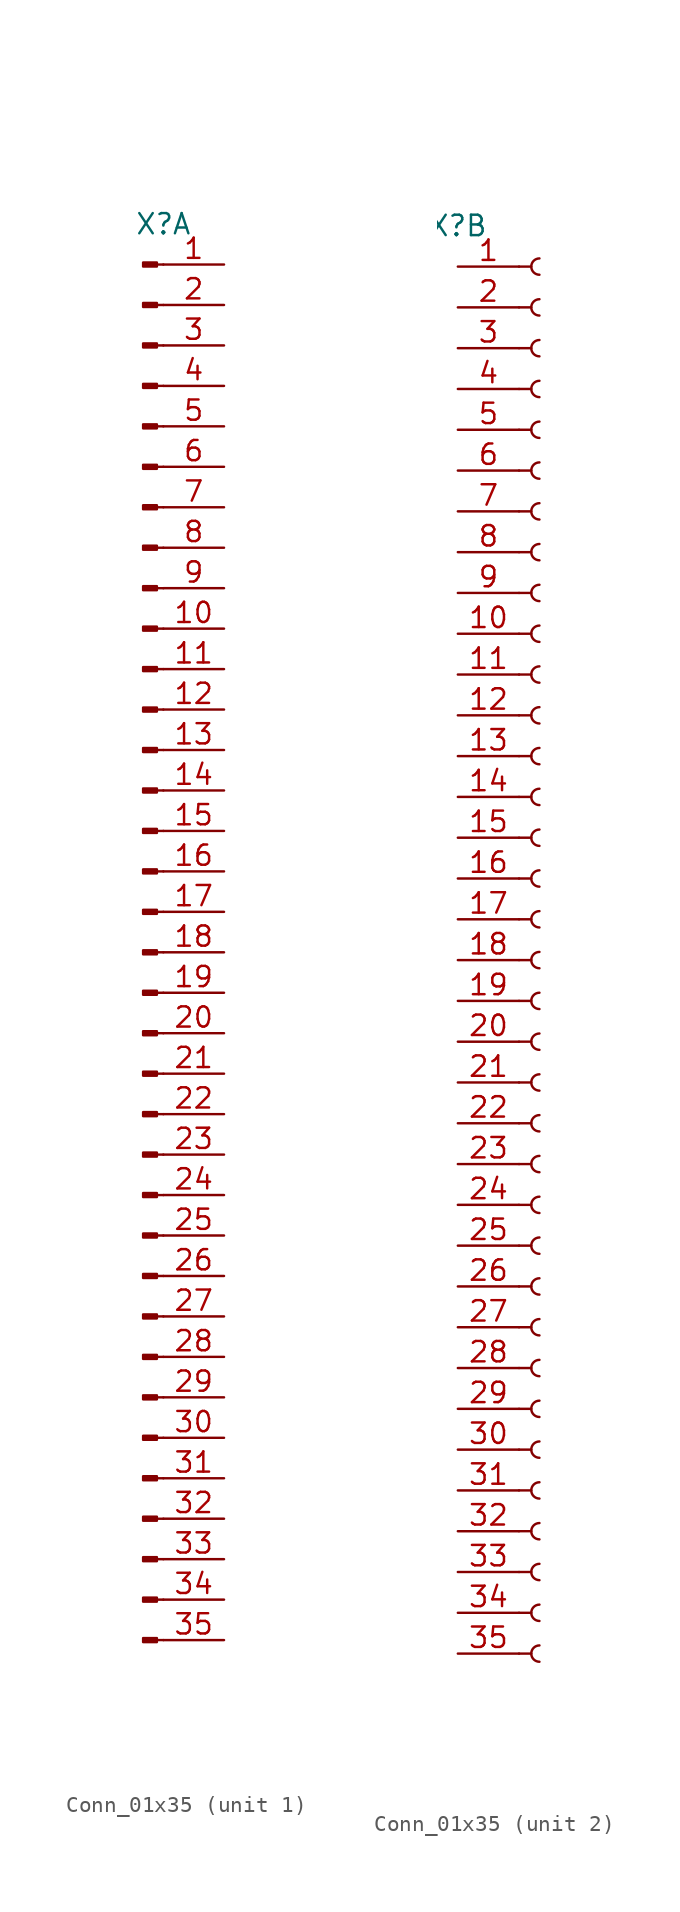
<source format=kicad_sym>
(kicad_symbol_lib
  (version 20241209)
  (generator "kicad_symbol_editor")
  (generator_version "9.0")
  (symbol "Conn_01x35"
    (pin_names
      (offset 1.016)
      (hide yes))
    (property "Reference" "X"
      (at 0 45.72 0)
      (effects (font (size 1.27 1.27))))
    (property "ki_locked" ""
      (at 0 0 0)
      (effects (font (size 1.27 1.27))))
    (symbol "Conn_01x35_1_1"
      (rectangle (start -0.406 43.307) (end -1.27 43.053) (stroke (width 0.152) (type default)) (fill (type outline)))
      (rectangle (start -0.406 40.767) (end -1.27 40.513) (stroke (width 0.152) (type default)) (fill (type outline)))
      (rectangle (start -0.406 38.227) (end -1.27 37.973) (stroke (width 0.152) (type default)) (fill (type outline)))
      (rectangle (start -0.406 35.687) (end -1.27 35.433) (stroke (width 0.152) (type default)) (fill (type outline)))
      (rectangle (start -0.406 33.147) (end -1.27 32.893) (stroke (width 0.152) (type default)) (fill (type outline)))
      (rectangle (start -0.406 30.607) (end -1.27 30.353) (stroke (width 0.152) (type default)) (fill (type outline)))
      (rectangle (start -0.406 28.067) (end -1.27 27.813) (stroke (width 0.152) (type default)) (fill (type outline)))
      (rectangle (start -0.406 25.527) (end -1.27 25.273) (stroke (width 0.152) (type default)) (fill (type outline)))
      (rectangle (start -0.406 22.987) (end -1.27 22.733) (stroke (width 0.152) (type default)) (fill (type outline)))
      (rectangle (start -0.406 20.447) (end -1.27 20.193) (stroke (width 0.152) (type default)) (fill (type outline)))
      (rectangle (start -0.406 17.907) (end -1.27 17.653) (stroke (width 0.152) (type default)) (fill (type outline)))
      (rectangle (start -0.406 15.367) (end -1.27 15.113) (stroke (width 0.152) (type default)) (fill (type outline)))
      (rectangle (start -0.406 12.827) (end -1.27 12.573) (stroke (width 0.152) (type default)) (fill (type outline)))
      (rectangle (start -0.406 10.287) (end -1.27 10.033) (stroke (width 0.152) (type default)) (fill (type outline)))
      (rectangle (start -0.406 7.747) (end -1.27 7.493) (stroke (width 0.152) (type default)) (fill (type outline)))
      (rectangle (start -0.406 5.207) (end -1.27 4.953) (stroke (width 0.152) (type default)) (fill (type outline)))
      (rectangle (start -0.406 2.667) (end -1.27 2.413) (stroke (width 0.152) (type default)) (fill (type outline)))
      (rectangle (start -0.406 0.127) (end -1.27 -0.127) (stroke (width 0.152) (type default)) (fill (type outline)))
      (rectangle (start -0.406 -2.413) (end -1.27 -2.667) (stroke (width 0.152) (type default)) (fill (type outline)))
      (rectangle (start -0.406 -4.953) (end -1.27 -5.207) (stroke (width 0.152) (type default)) (fill (type outline)))
      (rectangle (start -0.406 -7.493) (end -1.27 -7.747) (stroke (width 0.152) (type default)) (fill (type outline)))
      (rectangle (start -0.406 -10.033) (end -1.27 -10.287) (stroke (width 0.152) (type default)) (fill (type outline)))
      (rectangle (start -0.406 -12.573) (end -1.27 -12.827) (stroke (width 0.152) (type default)) (fill (type outline)))
      (rectangle (start -0.406 -15.113) (end -1.27 -15.367) (stroke (width 0.152) (type default)) (fill (type outline)))
      (rectangle (start -0.406 -17.653) (end -1.27 -17.907) (stroke (width 0.152) (type default)) (fill (type outline)))
      (rectangle (start -0.406 -20.193) (end -1.27 -20.447) (stroke (width 0.152) (type default)) (fill (type outline)))
      (rectangle (start -0.406 -22.733) (end -1.27 -22.987) (stroke (width 0.152) (type default)) (fill (type outline)))
      (rectangle (start -0.406 -25.273) (end -1.27 -25.527) (stroke (width 0.152) (type default)) (fill (type outline)))
      (rectangle (start -0.406 -27.813) (end -1.27 -28.067) (stroke (width 0.152) (type default)) (fill (type outline)))
      (rectangle (start -0.406 -30.353) (end -1.27 -30.607) (stroke (width 0.152) (type default)) (fill (type outline)))
      (rectangle (start -0.406 -32.893) (end -1.27 -33.147) (stroke (width 0.152) (type default)) (fill (type outline)))
      (rectangle (start -0.406 -35.433) (end -1.27 -35.687) (stroke (width 0.152) (type default)) (fill (type outline)))
      (rectangle (start -0.406 -37.973) (end -1.27 -38.227) (stroke (width 0.152) (type default)) (fill (type outline)))
      (rectangle (start -0.406 -40.513) (end -1.27 -40.767) (stroke (width 0.152) (type default)) (fill (type outline)))
      (rectangle (start -0.406 -43.053) (end -1.27 -43.307) (stroke (width 0.152) (type default)) (fill (type outline)))
      (polyline (pts (xy 0 43.18) (xy -0.406 43.18)) (stroke (width 0.152) (type default)) (fill (type none)))
      (polyline (pts (xy 0 40.64) (xy -0.406 40.64)) (stroke (width 0.152) (type default)) (fill (type none)))
      (polyline (pts (xy 0 38.1) (xy -0.406 38.1)) (stroke (width 0.152) (type default)) (fill (type none)))
      (polyline (pts (xy 0 35.56) (xy -0.406 35.56)) (stroke (width 0.152) (type default)) (fill (type none)))
      (polyline (pts (xy 0 33.02) (xy -0.406 33.02)) (stroke (width 0.152) (type default)) (fill (type none)))
      (polyline (pts (xy 0 30.48) (xy -0.406 30.48)) (stroke (width 0.152) (type default)) (fill (type none)))
      (polyline (pts (xy 0 27.94) (xy -0.406 27.94)) (stroke (width 0.152) (type default)) (fill (type none)))
      (polyline (pts (xy 0 25.4) (xy -0.406 25.4)) (stroke (width 0.152) (type default)) (fill (type none)))
      (polyline (pts (xy 0 22.86) (xy -0.406 22.86)) (stroke (width 0.152) (type default)) (fill (type none)))
      (polyline (pts (xy 0 20.32) (xy -0.406 20.32)) (stroke (width 0.152) (type default)) (fill (type none)))
      (polyline (pts (xy 0 17.78) (xy -0.406 17.78)) (stroke (width 0.152) (type default)) (fill (type none)))
      (polyline (pts (xy 0 15.24) (xy -0.406 15.24)) (stroke (width 0.152) (type default)) (fill (type none)))
      (polyline (pts (xy 0 12.7) (xy -0.406 12.7)) (stroke (width 0.152) (type default)) (fill (type none)))
      (polyline (pts (xy 0 10.16) (xy -0.406 10.16)) (stroke (width 0.152) (type default)) (fill (type none)))
      (polyline (pts (xy 0 7.62) (xy -0.406 7.62)) (stroke (width 0.152) (type default)) (fill (type none)))
      (polyline (pts (xy 0 5.08) (xy -0.406 5.08)) (stroke (width 0.152) (type default)) (fill (type none)))
      (polyline (pts (xy 0 2.54) (xy -0.406 2.54)) (stroke (width 0.152) (type default)) (fill (type none)))
      (polyline (pts (xy 0 0) (xy -0.406 0)) (stroke (width 0.152) (type default)) (fill (type none)))
      (polyline (pts (xy 0 -2.54) (xy -0.406 -2.54)) (stroke (width 0.152) (type default)) (fill (type none)))
      (polyline (pts (xy 0 -5.08) (xy -0.406 -5.08)) (stroke (width 0.152) (type default)) (fill (type none)))
      (polyline (pts (xy 0 -7.62) (xy -0.406 -7.62)) (stroke (width 0.152) (type default)) (fill (type none)))
      (polyline (pts (xy 0 -10.16) (xy -0.406 -10.16)) (stroke (width 0.152) (type default)) (fill (type none)))
      (polyline (pts (xy 0 -12.7) (xy -0.406 -12.7)) (stroke (width 0.152) (type default)) (fill (type none)))
      (polyline (pts (xy 0 -15.24) (xy -0.406 -15.24)) (stroke (width 0.152) (type default)) (fill (type none)))
      (polyline (pts (xy 0 -17.78) (xy -0.406 -17.78)) (stroke (width 0.152) (type default)) (fill (type none)))
      (polyline (pts (xy 0 -20.32) (xy -0.406 -20.32)) (stroke (width 0.152) (type default)) (fill (type none)))
      (polyline (pts (xy 0 -22.86) (xy -0.406 -22.86)) (stroke (width 0.152) (type default)) (fill (type none)))
      (polyline (pts (xy 0 -25.4) (xy -0.406 -25.4)) (stroke (width 0.152) (type default)) (fill (type none)))
      (polyline (pts (xy 0 -27.94) (xy -0.406 -27.94)) (stroke (width 0.152) (type default)) (fill (type none)))
      (polyline (pts (xy 0 -30.48) (xy -0.406 -30.48)) (stroke (width 0.152) (type default)) (fill (type none)))
      (polyline (pts (xy 0 -33.02) (xy -0.406 -33.02)) (stroke (width 0.152) (type default)) (fill (type none)))
      (polyline (pts (xy 0 -35.56) (xy -0.406 -35.56)) (stroke (width 0.152) (type default)) (fill (type none)))
      (polyline (pts (xy 0 -38.1) (xy -0.406 -38.1)) (stroke (width 0.152) (type default)) (fill (type none)))
      (polyline (pts (xy 0 -40.64) (xy -0.406 -40.64)) (stroke (width 0.152) (type default)) (fill (type none)))
      (polyline (pts (xy 0 -43.18) (xy -0.406 -43.18)) (stroke (width 0.152) (type default)) (fill (type none)))
      (pin passive line (at 3.81 43.18 180) (length 3.81) (name "Pin_1" (effects (font (size 1.27 1.27)))) (number "1" (effects (font (size 1.27 1.27)))))
      (pin passive line (at 3.81 40.64 180) (length 3.81) (name "Pin_2" (effects (font (size 1.27 1.27)))) (number "2" (effects (font (size 1.27 1.27)))))
      (pin passive line (at 3.81 38.1 180) (length 3.81) (name "Pin_3" (effects (font (size 1.27 1.27)))) (number "3" (effects (font (size 1.27 1.27)))))
      (pin passive line (at 3.81 35.56 180) (length 3.81) (name "Pin_4" (effects (font (size 1.27 1.27)))) (number "4" (effects (font (size 1.27 1.27)))))
      (pin passive line (at 3.81 33.02 180) (length 3.81) (name "Pin_5" (effects (font (size 1.27 1.27)))) (number "5" (effects (font (size 1.27 1.27)))))
      (pin passive line (at 3.81 30.48 180) (length 3.81) (name "Pin_6" (effects (font (size 1.27 1.27)))) (number "6" (effects (font (size 1.27 1.27)))))
      (pin passive line (at 3.81 27.94 180) (length 3.81) (name "Pin_7" (effects (font (size 1.27 1.27)))) (number "7" (effects (font (size 1.27 1.27)))))
      (pin passive line (at 3.81 25.4 180) (length 3.81) (name "Pin_8" (effects (font (size 1.27 1.27)))) (number "8" (effects (font (size 1.27 1.27)))))
      (pin passive line (at 3.81 22.86 180) (length 3.81) (name "Pin_9" (effects (font (size 1.27 1.27)))) (number "9" (effects (font (size 1.27 1.27)))))
      (pin passive line (at 3.81 20.32 180) (length 3.81) (name "Pin_10" (effects (font (size 1.27 1.27)))) (number "10" (effects (font (size 1.27 1.27)))))
      (pin passive line (at 3.81 17.78 180) (length 3.81) (name "Pin_11" (effects (font (size 1.27 1.27)))) (number "11" (effects (font (size 1.27 1.27)))))
      (pin passive line (at 3.81 15.24 180) (length 3.81) (name "Pin_12" (effects (font (size 1.27 1.27)))) (number "12" (effects (font (size 1.27 1.27)))))
      (pin passive line (at 3.81 12.7 180) (length 3.81) (name "Pin_13" (effects (font (size 1.27 1.27)))) (number "13" (effects (font (size 1.27 1.27)))))
      (pin passive line (at 3.81 10.16 180) (length 3.81) (name "Pin_14" (effects (font (size 1.27 1.27)))) (number "14" (effects (font (size 1.27 1.27)))))
      (pin passive line (at 3.81 7.62 180) (length 3.81) (name "Pin_15" (effects (font (size 1.27 1.27)))) (number "15" (effects (font (size 1.27 1.27)))))
      (pin passive line (at 3.81 5.08 180) (length 3.81) (name "Pin_16" (effects (font (size 1.27 1.27)))) (number "16" (effects (font (size 1.27 1.27)))))
      (pin passive line (at 3.81 2.54 180) (length 3.81) (name "Pin_17" (effects (font (size 1.27 1.27)))) (number "17" (effects (font (size 1.27 1.27)))))
      (pin passive line (at 3.81 0 180) (length 3.81) (name "Pin_18" (effects (font (size 1.27 1.27)))) (number "18" (effects (font (size 1.27 1.27)))))
      (pin passive line (at 3.81 -2.54 180) (length 3.81) (name "Pin_19" (effects (font (size 1.27 1.27)))) (number "19" (effects (font (size 1.27 1.27)))))
      (pin passive line (at 3.81 -5.08 180) (length 3.81) (name "Pin_20" (effects (font (size 1.27 1.27)))) (number "20" (effects (font (size 1.27 1.27)))))
      (pin passive line (at 3.81 -7.62 180) (length 3.81) (name "Pin_21" (effects (font (size 1.27 1.27)))) (number "21" (effects (font (size 1.27 1.27)))))
      (pin passive line (at 3.81 -10.16 180) (length 3.81) (name "Pin_22" (effects (font (size 1.27 1.27)))) (number "22" (effects (font (size 1.27 1.27)))))
      (pin passive line (at 3.81 -12.7 180) (length 3.81) (name "Pin_23" (effects (font (size 1.27 1.27)))) (number "23" (effects (font (size 1.27 1.27)))))
      (pin passive line (at 3.81 -15.24 180) (length 3.81) (name "Pin_24" (effects (font (size 1.27 1.27)))) (number "24" (effects (font (size 1.27 1.27)))))
      (pin passive line (at 3.81 -17.78 180) (length 3.81) (name "Pin_25" (effects (font (size 1.27 1.27)))) (number "25" (effects (font (size 1.27 1.27)))))
      (pin passive line (at 3.81 -20.32 180) (length 3.81) (name "Pin_26" (effects (font (size 1.27 1.27)))) (number "26" (effects (font (size 1.27 1.27)))))
      (pin passive line (at 3.81 -22.86 180) (length 3.81) (name "Pin_27" (effects (font (size 1.27 1.27)))) (number "27" (effects (font (size 1.27 1.27)))))
      (pin passive line (at 3.81 -25.4 180) (length 3.81) (name "Pin_28" (effects (font (size 1.27 1.27)))) (number "28" (effects (font (size 1.27 1.27)))))
      (pin passive line (at 3.81 -27.94 180) (length 3.81) (name "Pin_29" (effects (font (size 1.27 1.27)))) (number "29" (effects (font (size 1.27 1.27)))))
      (pin passive line (at 3.81 -30.48 180) (length 3.81) (name "Pin_30" (effects (font (size 1.27 1.27)))) (number "30" (effects (font (size 1.27 1.27)))))
      (pin passive line (at 3.81 -33.02 180) (length 3.81) (name "Pin_31" (effects (font (size 1.27 1.27)))) (number "31" (effects (font (size 1.27 1.27)))))
      (pin passive line (at 3.81 -35.56 180) (length 3.81) (name "Pin_32" (effects (font (size 1.27 1.27)))) (number "32" (effects (font (size 1.27 1.27)))))
      (pin passive line (at 3.81 -38.1 180) (length 3.81) (name "Pin_33" (effects (font (size 1.27 1.27)))) (number "33" (effects (font (size 1.27 1.27)))))
      (pin passive line (at 3.81 -40.64 180) (length 3.81) (name "Pin_34" (effects (font (size 1.27 1.27)))) (number "34" (effects (font (size 1.27 1.27)))))
      (pin passive line (at 3.81 -43.18 180) (length 3.81) (name "Pin_35" (effects (font (size 1.27 1.27)))) (number "35" (effects (font (size 1.27 1.27))))))
    (symbol "Conn_01x35_2_1"
      (polyline (pts (xy 3.81 43.18) (xy 4.572 43.18)) (stroke (width 0.152) (type default)) (fill (type none)))
      (polyline (pts (xy 3.81 40.64) (xy 4.572 40.64)) (stroke (width 0.152) (type default)) (fill (type none)))
      (polyline (pts (xy 3.81 38.1) (xy 4.572 38.1)) (stroke (width 0.152) (type default)) (fill (type none)))
      (polyline (pts (xy 3.81 35.56) (xy 4.572 35.56)) (stroke (width 0.152) (type default)) (fill (type none)))
      (polyline (pts (xy 3.81 33.02) (xy 4.572 33.02)) (stroke (width 0.152) (type default)) (fill (type none)))
      (polyline (pts (xy 3.81 30.48) (xy 4.572 30.48)) (stroke (width 0.152) (type default)) (fill (type none)))
      (polyline (pts (xy 3.81 27.94) (xy 4.572 27.94)) (stroke (width 0.152) (type default)) (fill (type none)))
      (polyline (pts (xy 3.81 25.4) (xy 4.572 25.4)) (stroke (width 0.152) (type default)) (fill (type none)))
      (polyline (pts (xy 3.81 22.86) (xy 4.572 22.86)) (stroke (width 0.152) (type default)) (fill (type none)))
      (polyline (pts (xy 3.81 20.32) (xy 4.572 20.32)) (stroke (width 0.152) (type default)) (fill (type none)))
      (polyline (pts (xy 3.81 17.78) (xy 4.572 17.78)) (stroke (width 0.152) (type default)) (fill (type none)))
      (polyline (pts (xy 3.81 15.24) (xy 4.572 15.24)) (stroke (width 0.152) (type default)) (fill (type none)))
      (polyline (pts (xy 3.81 12.7) (xy 4.572 12.7)) (stroke (width 0.152) (type default)) (fill (type none)))
      (polyline (pts (xy 3.81 10.16) (xy 4.572 10.16)) (stroke (width 0.152) (type default)) (fill (type none)))
      (polyline (pts (xy 3.81 7.62) (xy 4.572 7.62)) (stroke (width 0.152) (type default)) (fill (type none)))
      (polyline (pts (xy 3.81 5.08) (xy 4.572 5.08)) (stroke (width 0.152) (type default)) (fill (type none)))
      (polyline (pts (xy 3.81 2.54) (xy 4.572 2.54)) (stroke (width 0.152) (type default)) (fill (type none)))
      (polyline (pts (xy 3.81 0) (xy 4.572 0)) (stroke (width 0.152) (type default)) (fill (type none)))
      (polyline (pts (xy 3.81 -2.54) (xy 4.572 -2.54)) (stroke (width 0.152) (type default)) (fill (type none)))
      (polyline (pts (xy 3.81 -5.08) (xy 4.572 -5.08)) (stroke (width 0.152) (type default)) (fill (type none)))
      (polyline (pts (xy 3.81 -7.62) (xy 4.572 -7.62)) (stroke (width 0.152) (type default)) (fill (type none)))
      (polyline (pts (xy 3.81 -10.16) (xy 4.572 -10.16)) (stroke (width 0.152) (type default)) (fill (type none)))
      (polyline (pts (xy 3.81 -12.7) (xy 4.572 -12.7)) (stroke (width 0.152) (type default)) (fill (type none)))
      (polyline (pts (xy 3.81 -15.24) (xy 4.572 -15.24)) (stroke (width 0.152) (type default)) (fill (type none)))
      (polyline (pts (xy 3.81 -17.78) (xy 4.572 -17.78)) (stroke (width 0.152) (type default)) (fill (type none)))
      (polyline (pts (xy 3.81 -20.32) (xy 4.572 -20.32)) (stroke (width 0.152) (type default)) (fill (type none)))
      (polyline (pts (xy 3.81 -22.86) (xy 4.572 -22.86)) (stroke (width 0.152) (type default)) (fill (type none)))
      (polyline (pts (xy 3.81 -25.4) (xy 4.572 -25.4)) (stroke (width 0.152) (type default)) (fill (type none)))
      (polyline (pts (xy 3.81 -27.94) (xy 4.572 -27.94)) (stroke (width 0.152) (type default)) (fill (type none)))
      (polyline (pts (xy 3.81 -30.48) (xy 4.572 -30.48)) (stroke (width 0.152) (type default)) (fill (type none)))
      (polyline (pts (xy 3.81 -33.02) (xy 4.572 -33.02)) (stroke (width 0.152) (type default)) (fill (type none)))
      (polyline (pts (xy 3.81 -35.56) (xy 4.572 -35.56)) (stroke (width 0.152) (type default)) (fill (type none)))
      (polyline (pts (xy 3.81 -38.1) (xy 4.572 -38.1)) (stroke (width 0.152) (type default)) (fill (type none)))
      (polyline (pts (xy 3.81 -40.64) (xy 4.572 -40.64)) (stroke (width 0.152) (type default)) (fill (type none)))
      (polyline (pts (xy 3.81 -43.18) (xy 4.572 -43.18)) (stroke (width 0.152) (type default)) (fill (type none)))
      (arc (start 5.08 42.672) (mid 4.5742 43.18) (end 5.08 43.688) (stroke (width 0.1524) (type default)) (fill (type none)))
      (arc (start 5.08 40.132) (mid 4.5742 40.64) (end 5.08 41.148) (stroke (width 0.1524) (type default)) (fill (type none)))
      (arc (start 5.08 37.592) (mid 4.5742 38.1) (end 5.08 38.608) (stroke (width 0.1524) (type default)) (fill (type none)))
      (arc (start 5.08 35.052) (mid 4.5742 35.56) (end 5.08 36.068) (stroke (width 0.1524) (type default)) (fill (type none)))
      (arc (start 5.08 32.512) (mid 4.5742 33.02) (end 5.08 33.528) (stroke (width 0.1524) (type default)) (fill (type none)))
      (arc (start 5.08 29.972) (mid 4.5742 30.48) (end 5.08 30.988) (stroke (width 0.1524) (type default)) (fill (type none)))
      (arc (start 5.08 27.432) (mid 4.5742 27.94) (end 5.08 28.448) (stroke (width 0.1524) (type default)) (fill (type none)))
      (arc (start 5.08 24.892) (mid 4.5742 25.4) (end 5.08 25.908) (stroke (width 0.1524) (type default)) (fill (type none)))
      (arc (start 5.08 22.352) (mid 4.5742 22.86) (end 5.08 23.368) (stroke (width 0.1524) (type default)) (fill (type none)))
      (arc (start 5.08 19.812) (mid 4.5742 20.32) (end 5.08 20.828) (stroke (width 0.1524) (type default)) (fill (type none)))
      (arc (start 5.08 17.272) (mid 4.5742 17.78) (end 5.08 18.288) (stroke (width 0.1524) (type default)) (fill (type none)))
      (arc (start 5.08 14.732) (mid 4.5742 15.24) (end 5.08 15.748) (stroke (width 0.1524) (type default)) (fill (type none)))
      (arc (start 5.08 12.192) (mid 4.5742 12.7) (end 5.08 13.208) (stroke (width 0.1524) (type default)) (fill (type none)))
      (arc (start 5.08 9.652) (mid 4.5742 10.16) (end 5.08 10.668) (stroke (width 0.1524) (type default)) (fill (type none)))
      (arc (start 5.08 7.112) (mid 4.5742 7.62) (end 5.08 8.128) (stroke (width 0.1524) (type default)) (fill (type none)))
      (arc (start 5.08 4.572) (mid 4.5742 5.08) (end 5.08 5.588) (stroke (width 0.1524) (type default)) (fill (type none)))
      (arc (start 5.08 2.032) (mid 4.5742 2.54) (end 5.08 3.048) (stroke (width 0.1524) (type default)) (fill (type none)))
      (arc (start 5.08 -0.508) (mid 4.5742 0) (end 5.08 0.508) (stroke (width 0.1524) (type default)) (fill (type none)))
      (arc (start 5.08 -3.048) (mid 4.5742 -2.54) (end 5.08 -2.032) (stroke (width 0.1524) (type default)) (fill (type none)))
      (arc (start 5.08 -5.588) (mid 4.5742 -5.08) (end 5.08 -4.572) (stroke (width 0.1524) (type default)) (fill (type none)))
      (arc (start 5.08 -8.128) (mid 4.5742 -7.62) (end 5.08 -7.112) (stroke (width 0.1524) (type default)) (fill (type none)))
      (arc (start 5.08 -10.668) (mid 4.5742 -10.16) (end 5.08 -9.652) (stroke (width 0.1524) (type default)) (fill (type none)))
      (arc (start 5.08 -13.208) (mid 4.5742 -12.7) (end 5.08 -12.192) (stroke (width 0.1524) (type default)) (fill (type none)))
      (arc (start 5.08 -15.748) (mid 4.5742 -15.24) (end 5.08 -14.732) (stroke (width 0.1524) (type default)) (fill (type none)))
      (arc (start 5.08 -18.288) (mid 4.5742 -17.78) (end 5.08 -17.272) (stroke (width 0.1524) (type default)) (fill (type none)))
      (arc (start 5.08 -20.828) (mid 4.5742 -20.32) (end 5.08 -19.812) (stroke (width 0.1524) (type default)) (fill (type none)))
      (arc (start 5.08 -23.368) (mid 4.5742 -22.86) (end 5.08 -22.352) (stroke (width 0.1524) (type default)) (fill (type none)))
      (arc (start 5.08 -25.908) (mid 4.5742 -25.4) (end 5.08 -24.892) (stroke (width 0.1524) (type default)) (fill (type none)))
      (arc (start 5.08 -28.448) (mid 4.5742 -27.94) (end 5.08 -27.432) (stroke (width 0.1524) (type default)) (fill (type none)))
      (arc (start 5.08 -30.988) (mid 4.5742 -30.48) (end 5.08 -29.972) (stroke (width 0.1524) (type default)) (fill (type none)))
      (arc (start 5.08 -33.528) (mid 4.5742 -33.02) (end 5.08 -32.512) (stroke (width 0.1524) (type default)) (fill (type none)))
      (arc (start 5.08 -36.068) (mid 4.5742 -35.56) (end 5.08 -35.052) (stroke (width 0.1524) (type default)) (fill (type none)))
      (arc (start 5.08 -38.608) (mid 4.5742 -38.1) (end 5.08 -37.592) (stroke (width 0.1524) (type default)) (fill (type none)))
      (arc (start 5.08 -41.148) (mid 4.5742 -40.64) (end 5.08 -40.132) (stroke (width 0.1524) (type default)) (fill (type none)))
      (arc (start 5.08 -43.688) (mid 4.5742 -43.18) (end 5.08 -42.672) (stroke (width 0.1524) (type default)) (fill (type none)))
      (pin passive line (at 0 43.18 0) (length 3.81) (name "Pin_1" (effects (font (size 1.27 1.27)))) (number "1" (effects (font (size 1.27 1.27)))))
      (pin passive line (at 0 40.64 0) (length 3.81) (name "Pin_2" (effects (font (size 1.27 1.27)))) (number "2" (effects (font (size 1.27 1.27)))))
      (pin passive line (at 0 38.1 0) (length 3.81) (name "Pin_3" (effects (font (size 1.27 1.27)))) (number "3" (effects (font (size 1.27 1.27)))))
      (pin passive line (at 0 35.56 0) (length 3.81) (name "Pin_4" (effects (font (size 1.27 1.27)))) (number "4" (effects (font (size 1.27 1.27)))))
      (pin passive line (at 0 33.02 0) (length 3.81) (name "Pin_5" (effects (font (size 1.27 1.27)))) (number "5" (effects (font (size 1.27 1.27)))))
      (pin passive line (at 0 30.48 0) (length 3.81) (name "Pin_6" (effects (font (size 1.27 1.27)))) (number "6" (effects (font (size 1.27 1.27)))))
      (pin passive line (at 0 27.94 0) (length 3.81) (name "Pin_7" (effects (font (size 1.27 1.27)))) (number "7" (effects (font (size 1.27 1.27)))))
      (pin passive line (at 0 25.4 0) (length 3.81) (name "Pin_8" (effects (font (size 1.27 1.27)))) (number "8" (effects (font (size 1.27 1.27)))))
      (pin passive line (at 0 22.86 0) (length 3.81) (name "Pin_9" (effects (font (size 1.27 1.27)))) (number "9" (effects (font (size 1.27 1.27)))))
      (pin passive line (at 0 20.32 0) (length 3.81) (name "Pin_10" (effects (font (size 1.27 1.27)))) (number "10" (effects (font (size 1.27 1.27)))))
      (pin passive line (at 0 17.78 0) (length 3.81) (name "Pin_11" (effects (font (size 1.27 1.27)))) (number "11" (effects (font (size 1.27 1.27)))))
      (pin passive line (at 0 15.24 0) (length 3.81) (name "Pin_12" (effects (font (size 1.27 1.27)))) (number "12" (effects (font (size 1.27 1.27)))))
      (pin passive line (at 0 12.7 0) (length 3.81) (name "Pin_13" (effects (font (size 1.27 1.27)))) (number "13" (effects (font (size 1.27 1.27)))))
      (pin passive line (at 0 10.16 0) (length 3.81) (name "Pin_14" (effects (font (size 1.27 1.27)))) (number "14" (effects (font (size 1.27 1.27)))))
      (pin passive line (at 0 7.62 0) (length 3.81) (name "Pin_15" (effects (font (size 1.27 1.27)))) (number "15" (effects (font (size 1.27 1.27)))))
      (pin passive line (at 0 5.08 0) (length 3.81) (name "Pin_16" (effects (font (size 1.27 1.27)))) (number "16" (effects (font (size 1.27 1.27)))))
      (pin passive line (at 0 2.54 0) (length 3.81) (name "Pin_17" (effects (font (size 1.27 1.27)))) (number "17" (effects (font (size 1.27 1.27)))))
      (pin passive line (at 0 0 0) (length 3.81) (name "Pin_18" (effects (font (size 1.27 1.27)))) (number "18" (effects (font (size 1.27 1.27)))))
      (pin passive line (at 0 -2.54 0) (length 3.81) (name "Pin_19" (effects (font (size 1.27 1.27)))) (number "19" (effects (font (size 1.27 1.27)))))
      (pin passive line (at 0 -5.08 0) (length 3.81) (name "Pin_20" (effects (font (size 1.27 1.27)))) (number "20" (effects (font (size 1.27 1.27)))))
      (pin passive line (at 0 -7.62 0) (length 3.81) (name "Pin_21" (effects (font (size 1.27 1.27)))) (number "21" (effects (font (size 1.27 1.27)))))
      (pin passive line (at 0 -10.16 0) (length 3.81) (name "Pin_22" (effects (font (size 1.27 1.27)))) (number "22" (effects (font (size 1.27 1.27)))))
      (pin passive line (at 0 -12.7 0) (length 3.81) (name "Pin_23" (effects (font (size 1.27 1.27)))) (number "23" (effects (font (size 1.27 1.27)))))
      (pin passive line (at 0 -15.24 0) (length 3.81) (name "Pin_24" (effects (font (size 1.27 1.27)))) (number "24" (effects (font (size 1.27 1.27)))))
      (pin passive line (at 0 -17.78 0) (length 3.81) (name "Pin_25" (effects (font (size 1.27 1.27)))) (number "25" (effects (font (size 1.27 1.27)))))
      (pin passive line (at 0 -20.32 0) (length 3.81) (name "Pin_26" (effects (font (size 1.27 1.27)))) (number "26" (effects (font (size 1.27 1.27)))))
      (pin passive line (at 0 -22.86 0) (length 3.81) (name "Pin_27" (effects (font (size 1.27 1.27)))) (number "27" (effects (font (size 1.27 1.27)))))
      (pin passive line (at 0 -25.4 0) (length 3.81) (name "Pin_28" (effects (font (size 1.27 1.27)))) (number "28" (effects (font (size 1.27 1.27)))))
      (pin passive line (at 0 -27.94 0) (length 3.81) (name "Pin_29" (effects (font (size 1.27 1.27)))) (number "29" (effects (font (size 1.27 1.27)))))
      (pin passive line (at 0 -30.48 0) (length 3.81) (name "Pin_30" (effects (font (size 1.27 1.27)))) (number "30" (effects (font (size 1.27 1.27)))))
      (pin passive line (at 0 -33.02 0) (length 3.81) (name "Pin_31" (effects (font (size 1.27 1.27)))) (number "31" (effects (font (size 1.27 1.27)))))
      (pin passive line (at 0 -35.56 0) (length 3.81) (name "Pin_32" (effects (font (size 1.27 1.27)))) (number "32" (effects (font (size 1.27 1.27)))))
      (pin passive line (at 0 -38.1 0) (length 3.81) (name "Pin_33" (effects (font (size 1.27 1.27)))) (number "33" (effects (font (size 1.27 1.27)))))
      (pin passive line (at 0 -40.64 0) (length 3.81) (name "Pin_34" (effects (font (size 1.27 1.27)))) (number "34" (effects (font (size 1.27 1.27)))))
      (pin passive line (at 0 -43.18 0) (length 3.81) (name "Pin_35" (effects (font (size 1.27 1.27)))) (number "35" (effects (font (size 1.27 1.27))))))))
</source>
